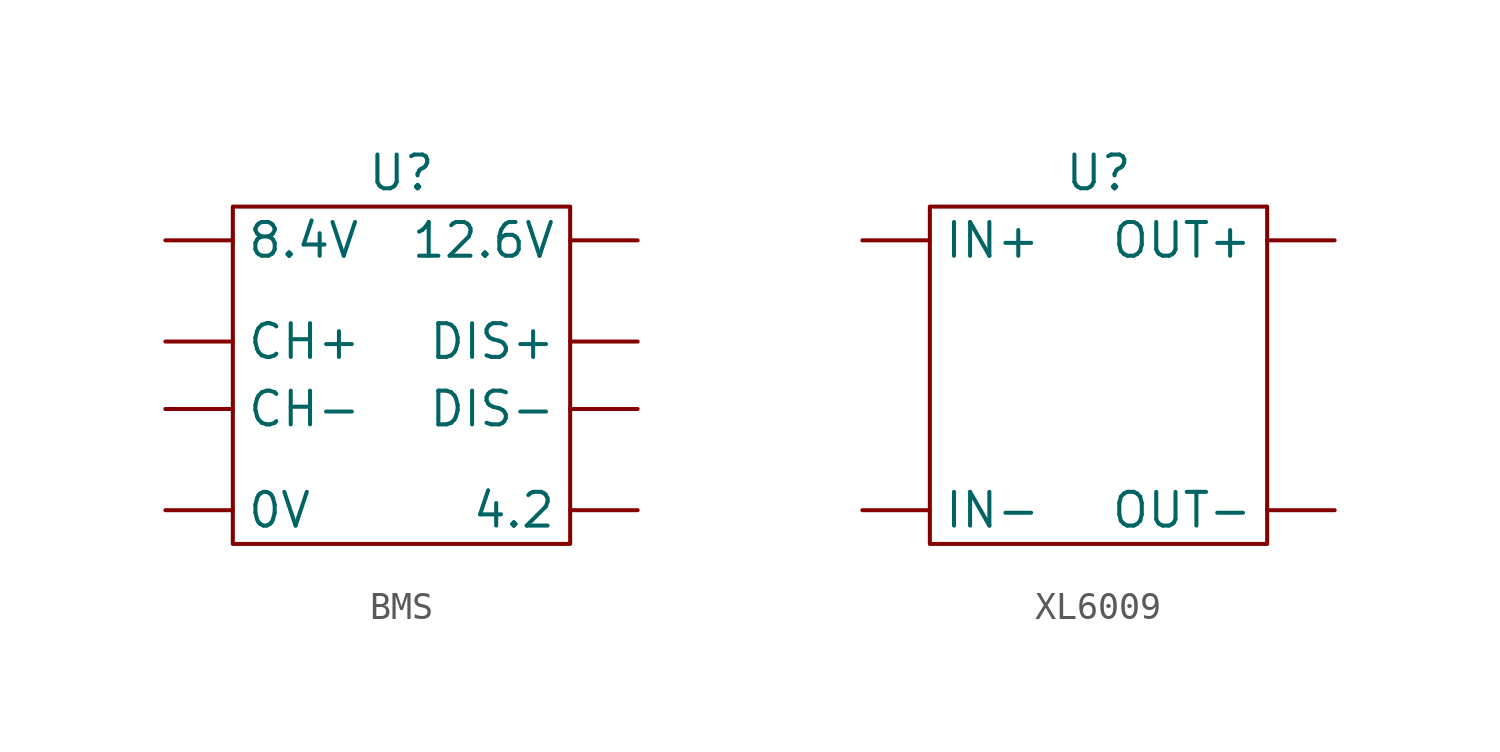
<source format=kicad_sym>
(kicad_symbol_lib
  (version 20220914)
  (generator kicad_symbol_editor)
  (symbol "BMS"
    (property "Reference" "U"
      (at 0 1.27 0)
      (effects (font (size 1.27 1.27))))
    (property "Value" ""
      (at 0 0 0)
      (effects (font (size 1.27 1.27))))
    (symbol "BMS_0_1"
      (rectangle (start -6.35 0) (end 6.35 -12.7) (stroke (width 0) (type default)) (fill (type none))))
    (symbol "BMS_1_1"
      (pin power_out line (at -8.89 -11.43 0) (length 2.54) (name "0V" (effects (font (size 1.27 1.27)))) (number "" (effects (font (size 1.27 1.27)))))
      (pin power_out line (at 8.89 -1.27 180) (length 2.54) (name "12.6V" (effects (font (size 1.27 1.27)))) (number "" (effects (font (size 1.27 1.27)))))
      (pin power_out line (at 8.89 -11.43 180) (length 2.54) (name "4.2" (effects (font (size 1.27 1.27)))) (number "" (effects (font (size 1.27 1.27)))))
      (pin power_out line (at -8.89 -1.27 0) (length 2.54) (name "8.4V" (effects (font (size 1.27 1.27)))) (number "" (effects (font (size 1.27 1.27)))))
      (pin power_in line (at -8.89 -5.08 0) (length 2.54) (name "CH+" (effects (font (size 1.27 1.27)))) (number "" (effects (font (size 1.27 1.27)))))
      (pin power_in line (at -8.89 -7.62 0) (length 2.54) (name "CH-" (effects (font (size 1.27 1.27)))) (number "" (effects (font (size 1.27 1.27)))))
      (pin power_out line (at 8.89 -5.08 180) (length 2.54) (name "DIS+" (effects (font (size 1.27 1.27)))) (number "" (effects (font (size 1.27 1.27)))))
      (pin power_out line (at 8.89 -7.62 180) (length 2.54) (name "DIS-" (effects (font (size 1.27 1.27)))) (number "" (effects (font (size 1.27 1.27)))))))
  (symbol "XL6009"
    (property "Reference" "U"
      (at 0 1.27 0)
      (effects (font (size 1.27 1.27))))
    (property "Value" ""
      (at 0 0 0)
      (effects (font (size 1.27 1.27))))
    (symbol "XL6009_0_1"
      (rectangle (start -6.35 0) (end 6.35 -12.7) (stroke (width 0) (type default)) (fill (type none))))
    (symbol "XL6009_1_1"
      (pin power_in line (at -8.89 -1.27 0) (length 2.54) (name "IN+" (effects (font (size 1.27 1.27)))) (number "" (effects (font (size 1.27 1.27)))))
      (pin power_in line (at -8.89 -11.43 0) (length 2.54) (name "IN-" (effects (font (size 1.27 1.27)))) (number "" (effects (font (size 1.27 1.27)))))
      (pin power_out line (at 8.89 -1.27 180) (length 2.54) (name "OUT+" (effects (font (size 1.27 1.27)))) (number "" (effects (font (size 1.27 1.27)))))
      (pin power_in line (at 8.89 -11.43 180) (length 2.54) (name "OUT-" (effects (font (size 1.27 1.27)))) (number "" (effects (font (size 1.27 1.27))))))))
</source>
